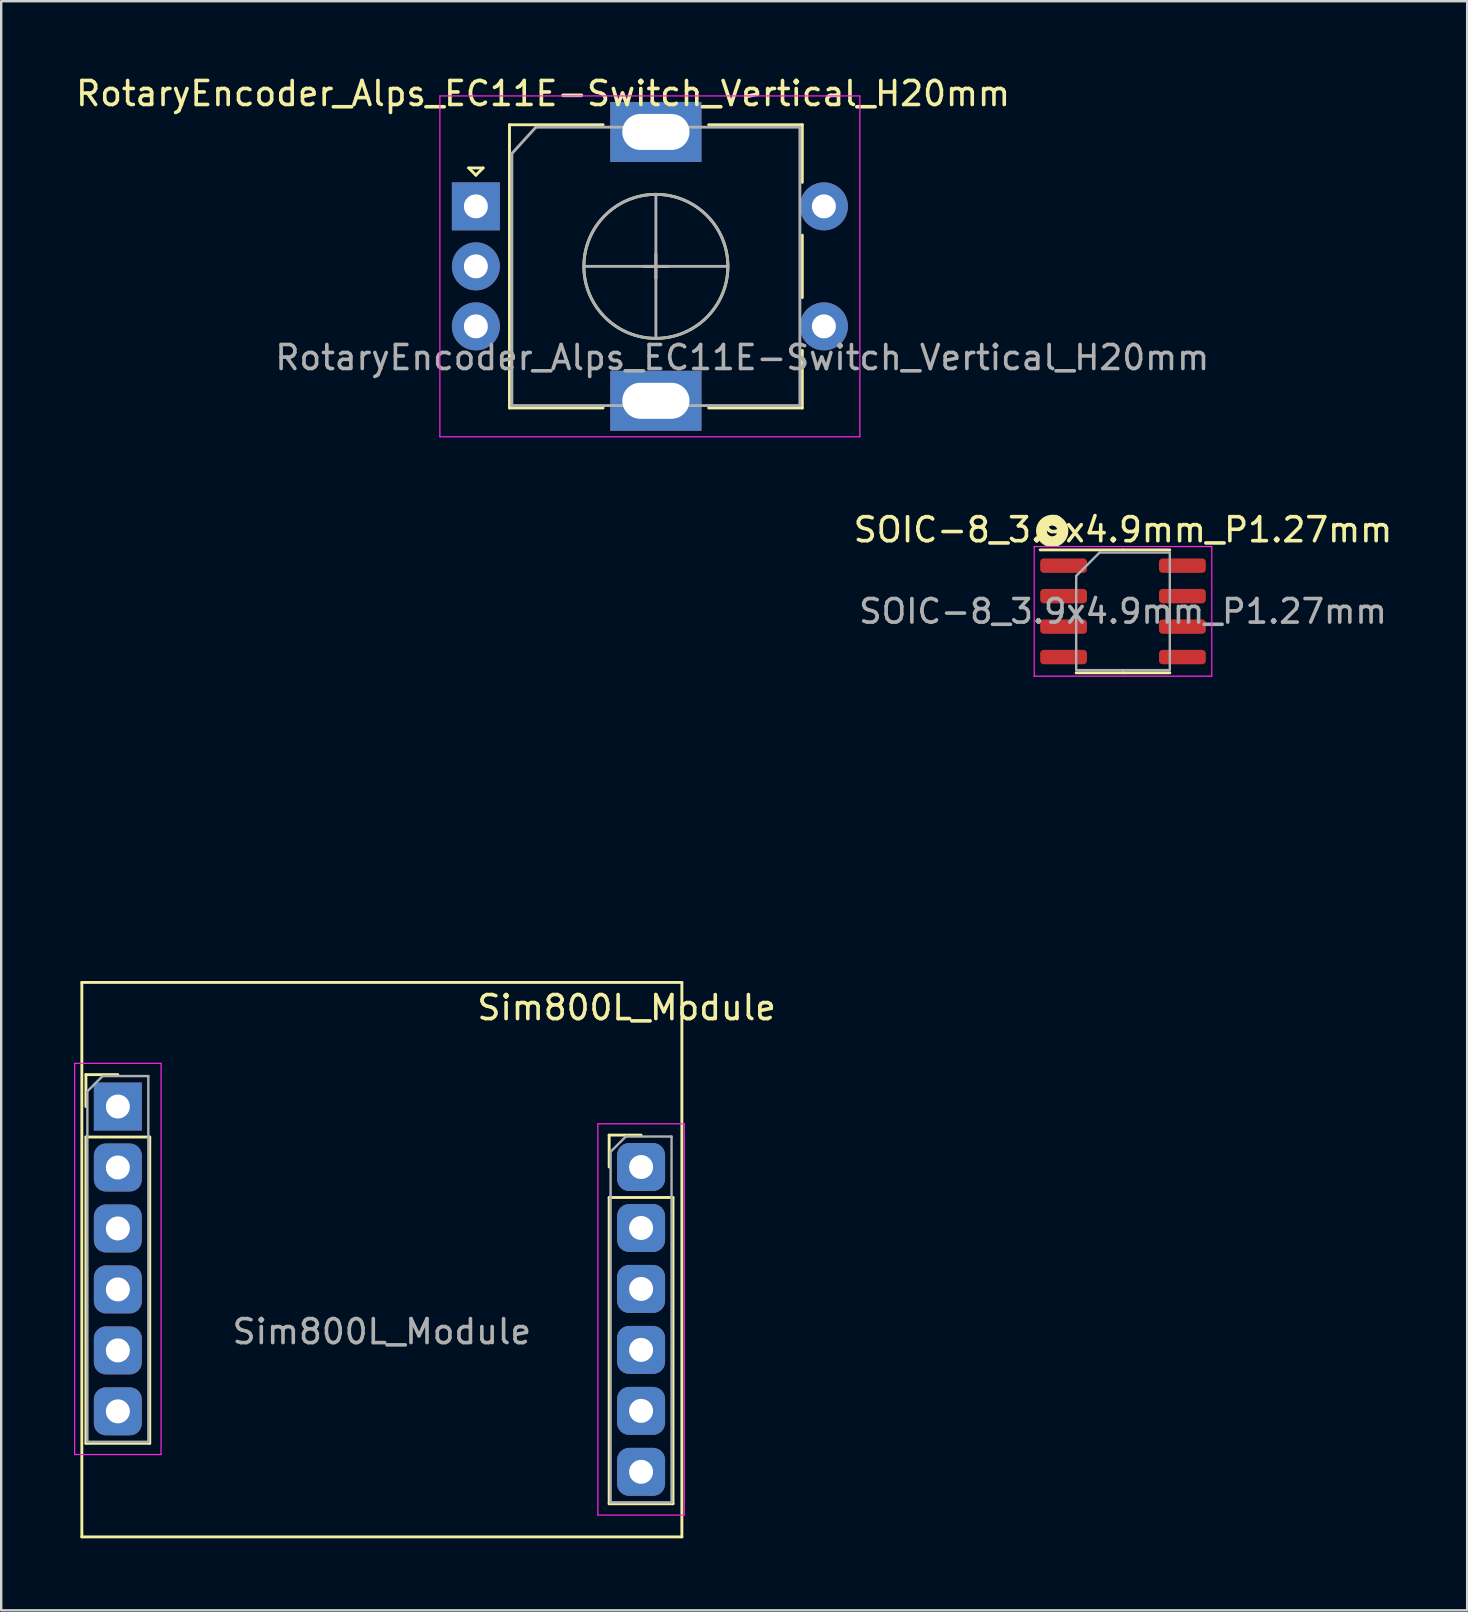
<source format=kicad_pcb>
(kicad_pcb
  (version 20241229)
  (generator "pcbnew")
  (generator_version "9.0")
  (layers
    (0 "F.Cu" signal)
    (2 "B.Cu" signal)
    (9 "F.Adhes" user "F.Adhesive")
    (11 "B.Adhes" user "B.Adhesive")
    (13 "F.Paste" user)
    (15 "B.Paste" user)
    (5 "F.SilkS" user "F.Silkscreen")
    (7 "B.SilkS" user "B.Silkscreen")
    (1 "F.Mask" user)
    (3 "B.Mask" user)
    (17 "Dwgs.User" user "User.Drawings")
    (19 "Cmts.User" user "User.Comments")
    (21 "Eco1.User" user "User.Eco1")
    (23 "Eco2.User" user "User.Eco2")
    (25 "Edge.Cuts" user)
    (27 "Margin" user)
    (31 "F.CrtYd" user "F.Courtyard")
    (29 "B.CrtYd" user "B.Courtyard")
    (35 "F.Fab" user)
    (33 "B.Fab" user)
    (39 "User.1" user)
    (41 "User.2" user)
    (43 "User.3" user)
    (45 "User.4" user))
  (footprint "RotaryEncoder_Alps_EC11E-Switch_Vertical_H20mm"
    (layer "F.Cu")
    (at 16.777 5.548)
    (property "Reference" "RotaryEncoder_Alps_EC11E-Switch_Vertical_H20mm" (at 2.8 -4.7 0) (layer "F.SilkS") (effects (font (size 1 1) (thickness 0.15))))
    (attr through_hole)
    (fp_line (start -0.3 -1.6) (end 0.3 -1.6) (stroke (width 0.12) (type solid)) (layer "F.SilkS"))
    (fp_line (start 0 -1.3) (end -0.3 -1.6) (stroke (width 0.12) (type solid)) (layer "F.SilkS"))
    (fp_line (start 0.3 -1.6) (end 0 -1.3) (stroke (width 0.12) (type solid)) (layer "F.SilkS"))
    (fp_line (start 1.4 -3.4) (end 1.4 8.4) (stroke (width 0.12) (type solid)) (layer "F.SilkS"))
    (fp_line (start 5.3 -3.4) (end 1.4 -3.4) (stroke (width 0.12) (type solid)) (layer "F.SilkS"))
    (fp_line (start 5.3 8.4) (end 1.4 8.4) (stroke (width 0.12) (type solid)) (layer "F.SilkS"))
    (fp_line (start 7 2.5) (end 8 2.5) (stroke (width 0.12) (type solid)) (layer "F.SilkS"))
    (fp_line (start 7.5 2) (end 7.5 3) (stroke (width 0.12) (type solid)) (layer "F.SilkS"))
    (fp_line (start 9.7 -3.4) (end 13.6 -3.4) (stroke (width 0.12) (type solid)) (layer "F.SilkS"))
    (fp_line (start 13.6 -3.4) (end 13.6 -1) (stroke (width 0.12) (type solid)) (layer "F.SilkS"))
    (fp_line (start 13.6 1.2) (end 13.6 3.8) (stroke (width 0.12) (type solid)) (layer "F.SilkS"))
    (fp_line (start 13.6 6) (end 13.6 8.4) (stroke (width 0.12) (type solid)) (layer "F.SilkS"))
    (fp_line (start 13.6 8.4) (end 9.7 8.4) (stroke (width 0.12) (type solid)) (layer "F.SilkS"))
    (fp_circle (center 7.5 2.5) (end 10.5 2.5) (stroke (width 0.12) (type solid)) (fill no) (layer "F.SilkS"))
    (fp_line (start -1.5 -4.6) (end -1.5 9.6) (stroke (width 0.05) (type solid)) (layer "F.CrtYd"))
    (fp_line (start -1.5 -4.6) (end 16 -4.6) (stroke (width 0.05) (type solid)) (layer "F.CrtYd"))
    (fp_line (start 16 9.6) (end -1.5 9.6) (stroke (width 0.05) (type solid)) (layer "F.CrtYd"))
    (fp_line (start 16 9.6) (end 16 -4.6) (stroke (width 0.05) (type solid)) (layer "F.CrtYd"))
    (fp_line (start 1.5 -2.2) (end 2.5 -3.3) (stroke (width 0.12) (type solid)) (layer "F.Fab"))
    (fp_line (start 1.5 8.3) (end 1.5 -2.2) (stroke (width 0.12) (type solid)) (layer "F.Fab"))
    (fp_line (start 2.5 -3.3) (end 13.5 -3.3) (stroke (width 0.12) (type solid)) (layer "F.Fab"))
    (fp_line (start 4.5 2.5) (end 10.5 2.5) (stroke (width 0.12) (type solid)) (layer "F.Fab"))
    (fp_line (start 7.5 -0.5) (end 7.5 5.5) (stroke (width 0.12) (type solid)) (layer "F.Fab"))
    (fp_line (start 13.5 -3.3) (end 13.5 8.3) (stroke (width 0.12) (type solid)) (layer "F.Fab"))
    (fp_line (start 13.5 8.3) (end 1.5 8.3) (stroke (width 0.12) (type solid)) (layer "F.Fab"))
    (fp_circle (center 7.5 2.5) (end 10.5 2.5) (stroke (width 0.12) (type solid)) (fill no) (layer "F.Fab"))
    (fp_text user "${REFERENCE}" (at 11.1 6.3 0) (layer "F.Fab") (effects (font (size 1 1) (thickness 0.15))))
    (pad "" thru_hole rect (at 7.5 -3.1) (size 3.8 2.5) (drill oval 2.8 1.5) (layers "*.Cu" "*.Mask"))
    (pad "" thru_hole rect (at 7.5 8.1) (size 3.8 2.5) (drill oval 2.8 1.5) (layers "*.Cu" "*.Mask"))
    (pad "A" thru_hole rect (at 0 0) (size 2 2) (drill 1) (layers "*.Cu" "*.Mask"))
    (pad "B" thru_hole circle (at 0 5) (size 2 2) (drill 1) (layers "*.Cu" "*.Mask"))
    (pad "C" thru_hole circle (at 0 2.5) (size 2 2) (drill 1) (layers "*.Cu" "*.Mask"))
    (pad "S1" thru_hole circle (at 14.5 5) (size 2 2) (drill 1) (layers "*.Cu" "*.Mask"))
    (pad "S2" thru_hole circle (at 14.5 0) (size 2 2) (drill 1) (layers "*.Cu" "*.Mask")))
  (footprint "Sim800L_Module"
    (layer "F.Cu")
    (at 12.86 49.933)
    (property "Reference" "Sim800L_Module" (at 10.2 -11 0) (unlocked yes) (layer "F.SilkS") (effects (font (size 1 1) (thickness 0.15))))
    (attr through_hole)
    (fp_line (start -12.5 -12.05) (end 12.5 -12.05) (stroke (width 0.12) (type default)) (layer "F.SilkS"))
    (fp_line (start -12.5 11.05) (end -12.5 -12.05) (stroke (width 0.12) (type default)) (layer "F.SilkS"))
    (fp_line (start -12.33 -8.21) (end -11 -8.21) (stroke (width 0.12) (type solid)) (layer "F.SilkS"))
    (fp_line (start -12.33 -6.88) (end -12.33 -8.21) (stroke (width 0.12) (type solid)) (layer "F.SilkS"))
    (fp_line (start -12.33 -5.61) (end -12.33 7.15) (stroke (width 0.12) (type solid)) (layer "F.SilkS"))
    (fp_line (start -12.33 -5.61) (end -9.67 -5.61) (stroke (width 0.12) (type solid)) (layer "F.SilkS"))
    (fp_line (start -12.33 7.15) (end -9.67 7.15) (stroke (width 0.12) (type solid)) (layer "F.SilkS"))
    (fp_line (start -9.67 -5.61) (end -9.67 7.15) (stroke (width 0.12) (type solid)) (layer "F.SilkS"))
    (fp_line (start 9.47 -5.69) (end 10.8 -5.69) (stroke (width 0.12) (type solid)) (layer "F.SilkS"))
    (fp_line (start 9.47 -4.36) (end 9.47 -5.69) (stroke (width 0.12) (type solid)) (layer "F.SilkS"))
    (fp_line (start 9.47 -3.09) (end 9.47 9.67) (stroke (width 0.12) (type solid)) (layer "F.SilkS"))
    (fp_line (start 9.47 -3.09) (end 12.13 -3.09) (stroke (width 0.12) (type solid)) (layer "F.SilkS"))
    (fp_line (start 9.47 9.67) (end 12.13 9.67) (stroke (width 0.12) (type solid)) (layer "F.SilkS"))
    (fp_line (start 12.13 -3.09) (end 12.13 9.67) (stroke (width 0.12) (type solid)) (layer "F.SilkS"))
    (fp_line (start 12.5 -12.05) (end 12.5 11.05) (stroke (width 0.12) (type default)) (layer "F.SilkS"))
    (fp_line (start 12.5 11.05) (end -12.5 11.05) (stroke (width 0.12) (type default)) (layer "F.SilkS"))
    (fp_line (start -7.3 -13) (end 4.2 -13) (stroke (width 0.12) (type default)) (layer "Eco2.User"))
    (fp_line (start 4.2 -13) (end 5.158 -12.042) (stroke (width 0.12) (type default)) (layer "Eco2.User"))
    (fp_line (start -12.8 -8.68) (end -12.8 7.62) (stroke (width 0.05) (type solid)) (layer "F.CrtYd"))
    (fp_line (start -12.8 7.62) (end -9.2 7.62) (stroke (width 0.05) (type solid)) (layer "F.CrtYd"))
    (fp_line (start -9.2 -8.68) (end -12.8 -8.68) (stroke (width 0.05) (type solid)) (layer "F.CrtYd"))
    (fp_line (start -9.2 7.62) (end -9.2 -8.68) (stroke (width 0.05) (type solid)) (layer "F.CrtYd"))
    (fp_line (start 9 -6.16) (end 9 10.14) (stroke (width 0.05) (type solid)) (layer "F.CrtYd"))
    (fp_line (start 9 10.14) (end 12.6 10.14) (stroke (width 0.05) (type solid)) (layer "F.CrtYd"))
    (fp_line (start 12.6 -6.16) (end 9 -6.16) (stroke (width 0.05) (type solid)) (layer "F.CrtYd"))
    (fp_line (start 12.6 10.14) (end 12.6 -6.16) (stroke (width 0.05) (type solid)) (layer "F.CrtYd"))
    (fp_line (start -12.27 -7.515) (end -11.635 -8.15) (stroke (width 0.1) (type solid)) (layer "F.Fab"))
    (fp_line (start -12.27 7.09) (end -12.27 -7.515) (stroke (width 0.1) (type solid)) (layer "F.Fab"))
    (fp_line (start -11.635 -8.15) (end -9.73 -8.15) (stroke (width 0.1) (type solid)) (layer "F.Fab"))
    (fp_line (start -9.73 -8.15) (end -9.73 7.09) (stroke (width 0.1) (type solid)) (layer "F.Fab"))
    (fp_line (start -9.73 7.09) (end -12.27 7.09) (stroke (width 0.1) (type solid)) (layer "F.Fab"))
    (fp_line (start 9.53 -4.995) (end 10.165 -5.63) (stroke (width 0.1) (type solid)) (layer "F.Fab"))
    (fp_line (start 9.53 9.61) (end 9.53 -4.995) (stroke (width 0.1) (type solid)) (layer "F.Fab"))
    (fp_line (start 10.165 -5.63) (end 12.07 -5.63) (stroke (width 0.1) (type solid)) (layer "F.Fab"))
    (fp_line (start 12.07 -5.63) (end 12.07 9.61) (stroke (width 0.1) (type solid)) (layer "F.Fab"))
    (fp_line (start 12.07 9.61) (end 9.53 9.61) (stroke (width 0.1) (type solid)) (layer "F.Fab"))
    (fp_line (start -7.3 -27) (end 4 -27) (stroke (width 0.12) (type default)) (layer "User.1"))
    (fp_line (start -7.3 -12) (end -7.3 -27) (stroke (width 0.12) (type default)) (layer "User.1"))
    (fp_line (start 4 -27) (end 5.1 -25.9) (stroke (width 0.12) (type default)) (layer "User.1"))
    (fp_line (start 5.1 -25.9) (end 5.1 -12.1) (stroke (width 0.12) (type default)) (layer "User.1"))
    (fp_rect (start -12.8 -7.1) (end -7.8 -31.7) (stroke (width 0.12) (type default)) (fill no) (layer "User.1"))
    (fp_line (start -7.3 -12.1) (end -7.3 -13) (stroke (width 0.12) (type default)) (layer "User.2"))
    (fp_text user "${REFERENCE}" (at 0 2.5 0) (unlocked yes) (layer "F.Fab") (effects (font (size 1 1) (thickness 0.15))))
    (fp_text user "Antenna" (at -9.4 -15.8 90) (unlocked yes) (layer "User.1") (effects (font (size 2 2) (thickness 0.3)) (justify left bottom)))
    (pad "1" thru_hole rect (at -11 -6.88) (size 2 2) (drill 1) (layers "*.Cu" "*.Mask"))
    (pad "2" thru_hole roundrect (at -11 -4.34) (size 2 2) (drill 1) (layers "*.Cu" "*.Mask") (roundrect_rratio 0.25))
    (pad "3" thru_hole roundrect (at -11 -1.8) (size 2 2) (drill 1) (layers "*.Cu" "*.Mask") (roundrect_rratio 0.25))
    (pad "4" thru_hole roundrect (at -11 0.74) (size 2 2) (drill 1) (layers "*.Cu" "*.Mask") (roundrect_rratio 0.25))
    (pad "5" thru_hole roundrect (at -11 3.28) (size 2 2) (drill 1) (layers "*.Cu" "*.Mask") (roundrect_rratio 0.25))
    (pad "6" thru_hole roundrect (at -11 5.82) (size 2 2) (drill 1) (layers "*.Cu" "*.Mask") (roundrect_rratio 0.25))
    (pad "7" thru_hole roundrect (at 10.8 8.34) (size 2 2) (drill 1) (layers "*.Cu" "*.Mask") (roundrect_rratio 0.25))
    (pad "8" thru_hole roundrect (at 10.8 5.8) (size 2 2) (drill 1) (layers "*.Cu" "*.Mask") (roundrect_rratio 0.25))
    (pad "9" thru_hole roundrect (at 10.8 3.26) (size 2 2) (drill 1) (layers "*.Cu" "*.Mask") (roundrect_rratio 0.25))
    (pad "10" thru_hole roundrect (at 10.8 0.72) (size 2 2) (drill 1) (layers "*.Cu" "*.Mask") (roundrect_rratio 0.25))
    (pad "11" thru_hole roundrect (at 10.8 -1.82) (size 2 2) (drill 1) (layers "*.Cu" "*.Mask") (roundrect_rratio 0.25))
    (pad "12" thru_hole roundrect (at 10.8 -4.36) (size 2 2) (drill 1) (layers "*.Cu" "*.Mask") (roundrect_rratio 0.25)))
  (footprint "SOIC-8_3.9x4.9mm_P1.27mm"
    (layer "F.Cu")
    (at 43.739 22.422)
    (property "Reference" "SOIC-8_3.9x4.9mm_P1.27mm" (at 0 -3.4 0) (layer "F.SilkS") (effects (font (size 1 1) (thickness 0.15))))
    (attr smd)
    (fp_line (start 0 -2.56) (end -3.45 -2.56) (stroke (width 0.12) (type solid)) (layer "F.SilkS"))
    (fp_line (start 0 -2.56) (end 1.95 -2.56) (stroke (width 0.12) (type solid)) (layer "F.SilkS"))
    (fp_line (start 0 2.56) (end -1.95 2.56) (stroke (width 0.12) (type solid)) (layer "F.SilkS"))
    (fp_line (start 0 2.56) (end 1.95 2.56) (stroke (width 0.12) (type solid)) (layer "F.SilkS"))
    (fp_circle (center -2.95 -3.35) (end -2.75 -3.25) (stroke (width 0.45) (type solid)) (fill no) (layer "F.SilkS"))
    (fp_line (start -3.7 -2.7) (end -3.7 2.7) (stroke (width 0.05) (type solid)) (layer "F.CrtYd"))
    (fp_line (start -3.7 2.7) (end 3.7 2.7) (stroke (width 0.05) (type solid)) (layer "F.CrtYd"))
    (fp_line (start 3.7 -2.7) (end -3.7 -2.7) (stroke (width 0.05) (type solid)) (layer "F.CrtYd"))
    (fp_line (start 3.7 2.7) (end 3.7 -2.7) (stroke (width 0.05) (type solid)) (layer "F.CrtYd"))
    (fp_line (start -1.95 -1.475) (end -0.975 -2.45) (stroke (width 0.1) (type solid)) (layer "F.Fab"))
    (fp_line (start -1.95 2.45) (end -1.95 -1.475) (stroke (width 0.1) (type solid)) (layer "F.Fab"))
    (fp_line (start -0.975 -2.45) (end 1.95 -2.45) (stroke (width 0.1) (type solid)) (layer "F.Fab"))
    (fp_line (start 1.95 -2.45) (end 1.95 2.45) (stroke (width 0.1) (type solid)) (layer "F.Fab"))
    (fp_line (start 1.95 2.45) (end -1.95 2.45) (stroke (width 0.1) (type solid)) (layer "F.Fab"))
    (fp_text user "${REFERENCE}" (at 0 0 0) (layer "F.Fab") (effects (font (size 0.98 0.98) (thickness 0.15))))
    (pad "1" smd roundrect (at -2.475 -1.905) (size 1.95 0.6) (layers "F.Cu" "F.Mask" "F.Paste") (roundrect_rratio 0.25))
    (pad "2" smd roundrect (at -2.475 -0.635) (size 1.95 0.6) (layers "F.Cu" "F.Mask" "F.Paste") (roundrect_rratio 0.25))
    (pad "3" smd roundrect (at -2.475 0.635) (size 1.95 0.6) (layers "F.Cu" "F.Mask" "F.Paste") (roundrect_rratio 0.25))
    (pad "4" smd roundrect (at -2.475 1.905) (size 1.95 0.6) (layers "F.Cu" "F.Mask" "F.Paste") (roundrect_rratio 0.25))
    (pad "5" smd roundrect (at 2.475 1.905) (size 1.95 0.6) (layers "F.Cu" "F.Mask" "F.Paste") (roundrect_rratio 0.25))
    (pad "6" smd roundrect (at 2.475 0.635) (size 1.95 0.6) (layers "F.Cu" "F.Mask" "F.Paste") (roundrect_rratio 0.25))
    (pad "7" smd roundrect (at 2.475 -0.635) (size 1.95 0.6) (layers "F.Cu" "F.Mask" "F.Paste") (roundrect_rratio 0.25))
    (pad "8" smd roundrect (at 2.475 -1.905) (size 1.95 0.6) (layers "F.Cu" "F.Mask" "F.Paste") (roundrect_rratio 0.25)))
  (gr_rect
    (start -3 -3)
    (end 58.078 64.043)
    (stroke (width 0.1) (type default))
    (fill no)
    (layer "Edge.Cuts")))
</source>
